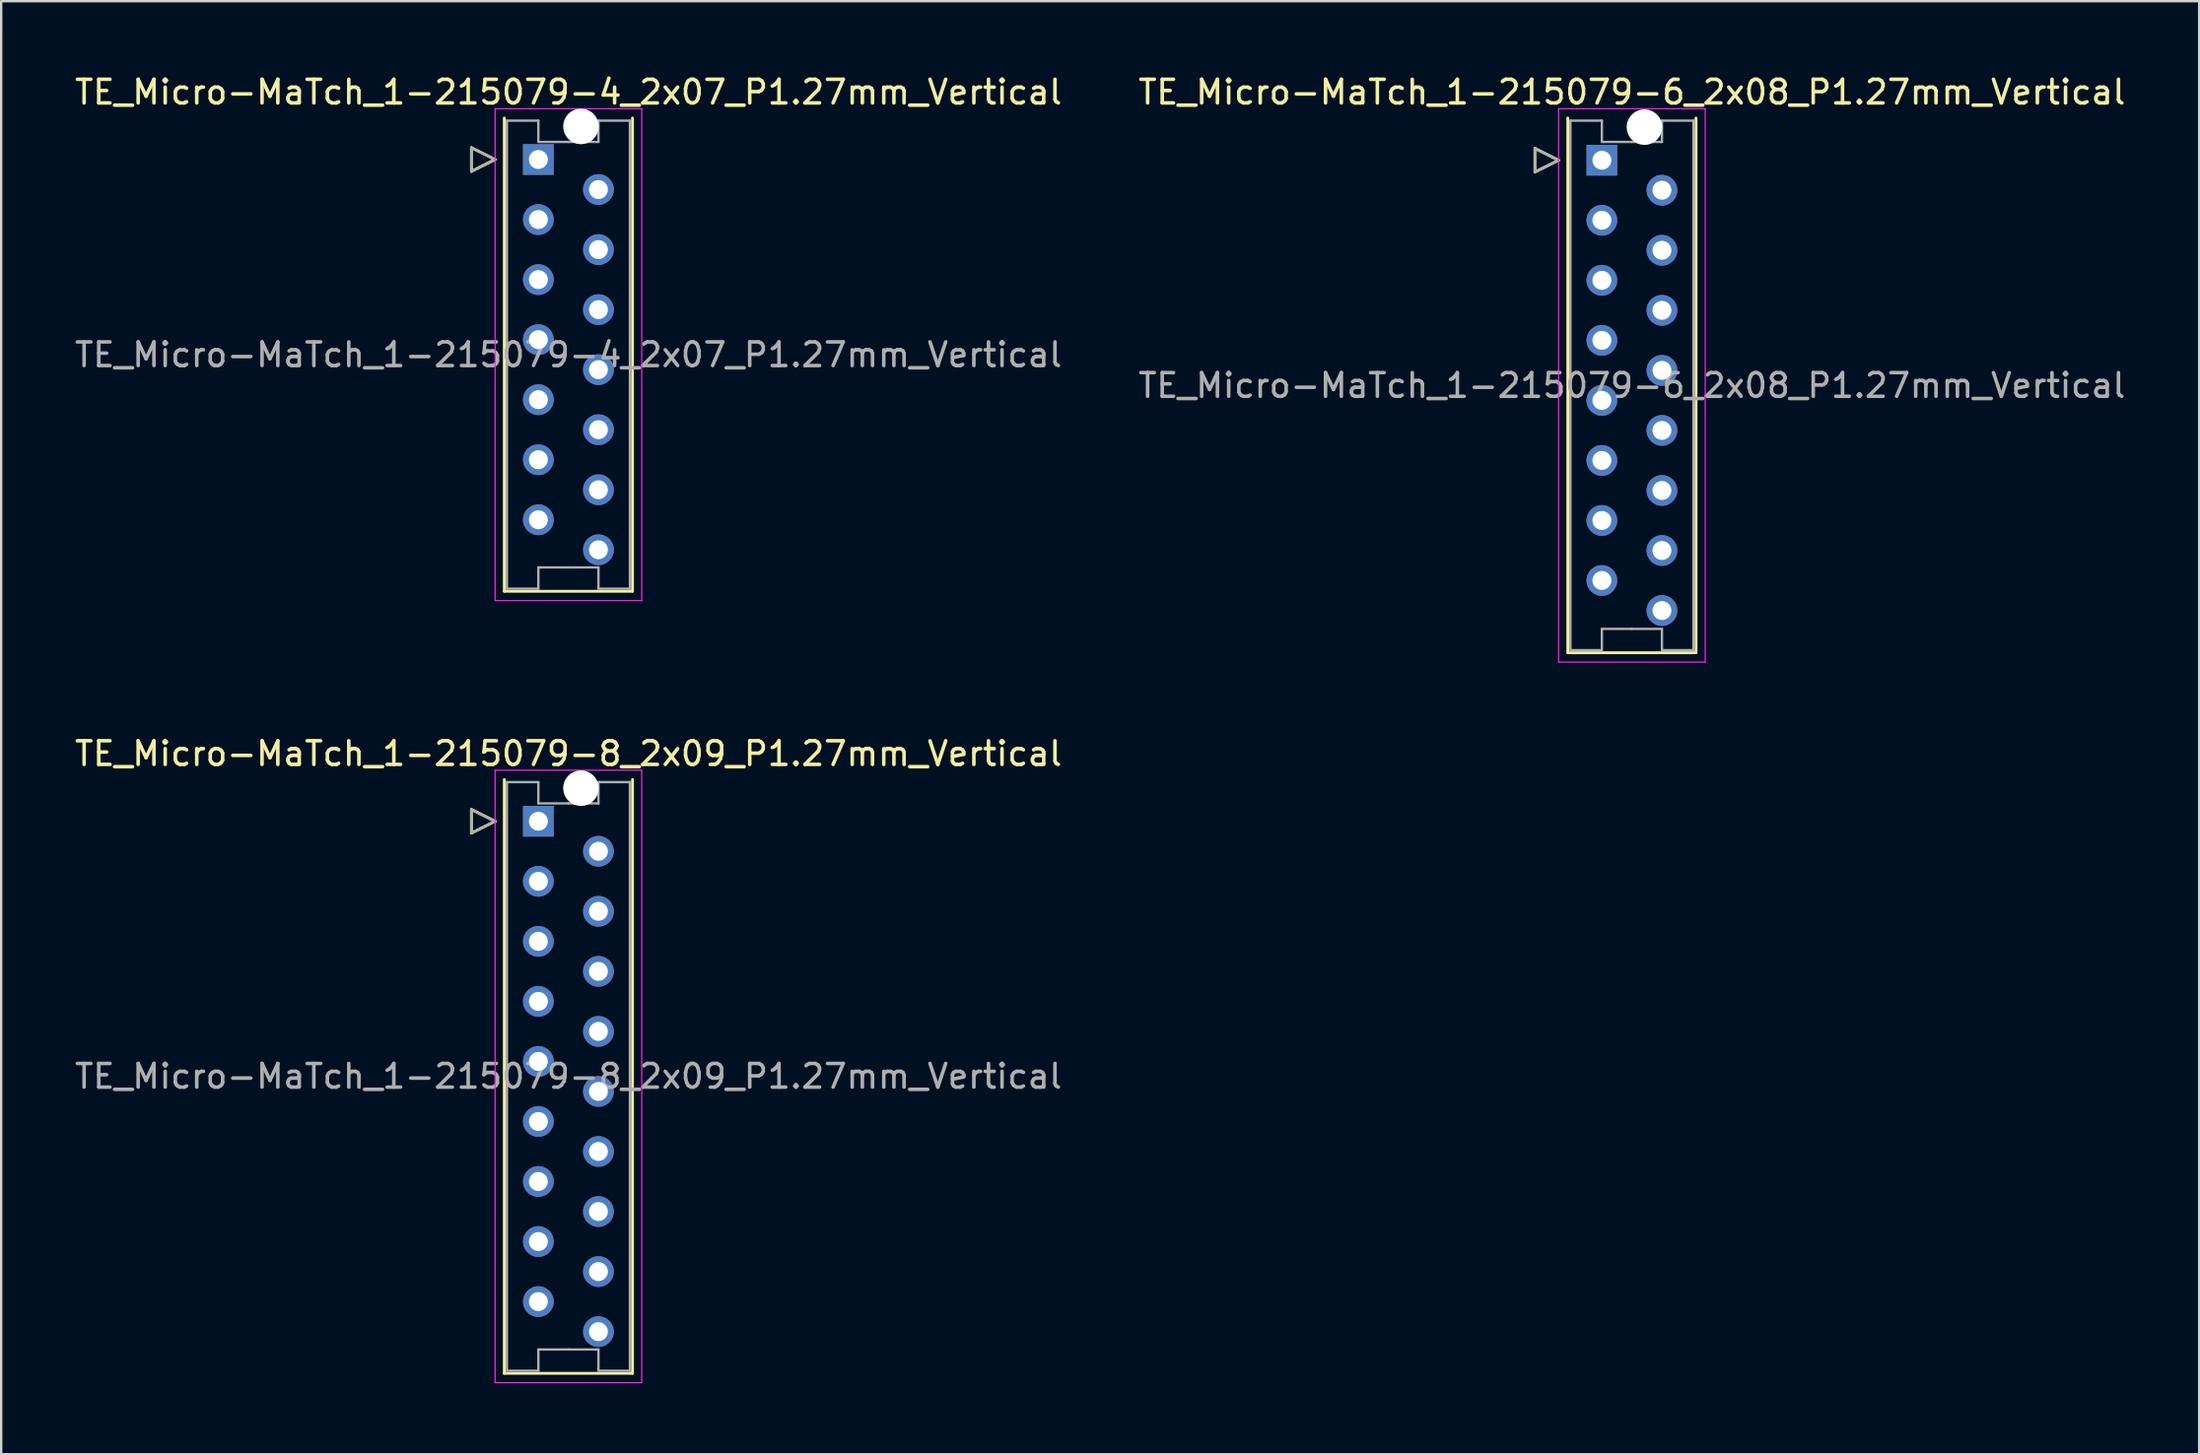
<source format=kicad_pcb>
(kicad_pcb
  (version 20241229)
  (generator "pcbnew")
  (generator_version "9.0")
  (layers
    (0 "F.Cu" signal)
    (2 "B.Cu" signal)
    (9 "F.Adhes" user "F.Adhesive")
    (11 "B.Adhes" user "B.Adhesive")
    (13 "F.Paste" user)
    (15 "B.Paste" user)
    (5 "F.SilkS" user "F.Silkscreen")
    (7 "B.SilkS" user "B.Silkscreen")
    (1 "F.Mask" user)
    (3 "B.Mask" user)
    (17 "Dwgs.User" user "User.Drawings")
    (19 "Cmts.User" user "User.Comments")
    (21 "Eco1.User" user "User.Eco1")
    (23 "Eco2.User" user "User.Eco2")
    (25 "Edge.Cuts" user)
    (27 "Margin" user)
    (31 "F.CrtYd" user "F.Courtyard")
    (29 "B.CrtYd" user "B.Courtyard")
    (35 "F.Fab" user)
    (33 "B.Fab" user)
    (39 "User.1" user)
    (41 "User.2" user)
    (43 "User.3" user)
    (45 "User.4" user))
  (footprint "TE_Micro-MaTch_1-215079-8_2x09_P1.27mm_Vertical"
    (layer "F.Cu")
    (at 19.712 31.692)
    (property "Reference" "TE_Micro-MaTch_1-215079-8_2x09_P1.27mm_Vertical" (at 1.27 -2.86 0) (layer "F.SilkS") (effects (font (size 1 1) (thickness 0.15))))
    (attr through_hole)
    (fp_line (start -2.83 -0.5) (end -1.83 0) (stroke (width 0.12) (type solid)) (layer "F.SilkS"))
    (fp_line (start -2.83 0.5) (end -2.83 -0.5) (stroke (width 0.12) (type solid)) (layer "F.SilkS"))
    (fp_line (start -1.83 0) (end -2.83 0.5) (stroke (width 0.12) (type solid)) (layer "F.SilkS"))
    (fp_line (start -1.44 -1.765) (end -1.44 23.355) (stroke (width 0.12) (type solid)) (layer "F.SilkS"))
    (fp_line (start -1.44 23.355) (end 3.98 23.355) (stroke (width 0.12) (type solid)) (layer "F.SilkS"))
    (fp_line (start 3.98 23.355) (end 3.98 -1.765) (stroke (width 0.12) (type solid)) (layer "F.SilkS"))
    (fp_line (start -1.83 -2.16) (end -1.83 23.75) (stroke (width 0.05) (type solid)) (layer "F.CrtYd"))
    (fp_line (start -1.83 23.75) (end 4.37 23.75) (stroke (width 0.05) (type solid)) (layer "F.CrtYd"))
    (fp_line (start 4.37 -2.16) (end -1.83 -2.16) (stroke (width 0.05) (type solid)) (layer "F.CrtYd"))
    (fp_line (start 4.37 23.75) (end 4.37 -2.16) (stroke (width 0.05) (type solid)) (layer "F.CrtYd"))
    (fp_line (start -2.83 -0.5) (end -1.83 0) (stroke (width 0.1) (type solid)) (layer "F.Fab"))
    (fp_line (start -2.83 0.5) (end -2.83 -0.5) (stroke (width 0.1) (type solid)) (layer "F.Fab"))
    (fp_line (start -1.83 0) (end -2.83 0.5) (stroke (width 0.1) (type solid)) (layer "F.Fab"))
    (fp_line (start -1.33 -1.655) (end -1.33 10.795) (stroke (width 0.1) (type solid)) (layer "F.Fab"))
    (fp_line (start -1.33 23.245) (end -1.33 10.795) (stroke (width 0.1) (type solid)) (layer "F.Fab"))
    (fp_line (start 0 -1.655) (end -1.33 -1.655) (stroke (width 0.1) (type solid)) (layer "F.Fab"))
    (fp_line (start 0 -0.755) (end 0 -1.655) (stroke (width 0.1) (type solid)) (layer "F.Fab"))
    (fp_line (start 0 22.345) (end 0 23.245) (stroke (width 0.1) (type solid)) (layer "F.Fab"))
    (fp_line (start 0 23.245) (end -1.33 23.245) (stroke (width 0.1) (type solid)) (layer "F.Fab"))
    (fp_line (start 1.27 -0.755) (end 0 -0.755) (stroke (width 0.1) (type solid)) (layer "F.Fab"))
    (fp_line (start 1.27 -0.755) (end 2.54 -0.755) (stroke (width 0.1) (type solid)) (layer "F.Fab"))
    (fp_line (start 1.27 22.345) (end 0 22.345) (stroke (width 0.1) (type solid)) (layer "F.Fab"))
    (fp_line (start 1.27 22.345) (end 2.54 22.345) (stroke (width 0.1) (type solid)) (layer "F.Fab"))
    (fp_line (start 2.54 -1.655) (end 3.87 -1.655) (stroke (width 0.1) (type solid)) (layer "F.Fab"))
    (fp_line (start 2.54 -0.755) (end 2.54 -1.655) (stroke (width 0.1) (type solid)) (layer "F.Fab"))
    (fp_line (start 2.54 22.345) (end 2.54 23.245) (stroke (width 0.1) (type solid)) (layer "F.Fab"))
    (fp_line (start 2.54 23.245) (end 3.87 23.245) (stroke (width 0.1) (type solid)) (layer "F.Fab"))
    (fp_line (start 3.87 -1.655) (end 3.87 10.795) (stroke (width 0.1) (type solid)) (layer "F.Fab"))
    (fp_line (start 3.87 23.245) (end 3.87 10.795) (stroke (width 0.1) (type solid)) (layer "F.Fab"))
    (fp_text user "${REFERENCE}" (at 1.27 10.79 0) (layer "F.Fab") (effects (font (size 1 1) (thickness 0.15))))
    (pad "" np_thru_hole circle (at 1.8 -1.4) (size 1.5 1.5) (drill 1.5) (layers "*.Cu" "*.Mask"))
    (pad "1" thru_hole rect (at 0 0) (size 1.3 1.3) (drill 0.8) (layers "*.Cu" "*.Mask"))
    (pad "2" thru_hole circle (at 2.54 1.27) (size 1.3 1.3) (drill 0.8) (layers "*.Cu" "*.Mask"))
    (pad "3" thru_hole circle (at 0 2.54) (size 1.3 1.3) (drill 0.8) (layers "*.Cu" "*.Mask"))
    (pad "4" thru_hole circle (at 2.54 3.81) (size 1.3 1.3) (drill 0.8) (layers "*.Cu" "*.Mask"))
    (pad "5" thru_hole circle (at 0 5.08) (size 1.3 1.3) (drill 0.8) (layers "*.Cu" "*.Mask"))
    (pad "6" thru_hole circle (at 2.54 6.35) (size 1.3 1.3) (drill 0.8) (layers "*.Cu" "*.Mask"))
    (pad "7" thru_hole circle (at 0 7.62) (size 1.3 1.3) (drill 0.8) (layers "*.Cu" "*.Mask"))
    (pad "8" thru_hole circle (at 2.54 8.89) (size 1.3 1.3) (drill 0.8) (layers "*.Cu" "*.Mask"))
    (pad "9" thru_hole circle (at 0 10.16) (size 1.3 1.3) (drill 0.8) (layers "*.Cu" "*.Mask"))
    (pad "10" thru_hole circle (at 2.54 11.43) (size 1.3 1.3) (drill 0.8) (layers "*.Cu" "*.Mask"))
    (pad "11" thru_hole circle (at 0 12.7) (size 1.3 1.3) (drill 0.8) (layers "*.Cu" "*.Mask"))
    (pad "12" thru_hole circle (at 2.54 13.97) (size 1.3 1.3) (drill 0.8) (layers "*.Cu" "*.Mask"))
    (pad "13" thru_hole circle (at 0 15.24) (size 1.3 1.3) (drill 0.8) (layers "*.Cu" "*.Mask"))
    (pad "14" thru_hole circle (at 2.54 16.51) (size 1.3 1.3) (drill 0.8) (layers "*.Cu" "*.Mask"))
    (pad "15" thru_hole circle (at 0 17.78) (size 1.3 1.3) (drill 0.8) (layers "*.Cu" "*.Mask"))
    (pad "16" thru_hole circle (at 2.54 19.05) (size 1.3 1.3) (drill 0.8) (layers "*.Cu" "*.Mask"))
    (pad "17" thru_hole circle (at 0 20.32) (size 1.3 1.3) (drill 0.8) (layers "*.Cu" "*.Mask"))
    (pad "18" thru_hole circle (at 2.54 21.59) (size 1.3 1.3) (drill 0.8) (layers "*.Cu" "*.Mask")))
  (footprint "TE_Micro-MaTch_1-215079-4_2x07_P1.27mm_Vertical"
    (layer "F.Cu")
    (at 19.712 3.698)
    (property "Reference" "TE_Micro-MaTch_1-215079-4_2x07_P1.27mm_Vertical" (at 1.27 -2.85 0) (layer "F.SilkS") (effects (font (size 1 1) (thickness 0.15))))
    (attr through_hole)
    (fp_line (start -2.83 -0.5) (end -1.83 0) (stroke (width 0.12) (type solid)) (layer "F.SilkS"))
    (fp_line (start -2.83 0.5) (end -2.83 -0.5) (stroke (width 0.12) (type solid)) (layer "F.SilkS"))
    (fp_line (start -1.83 0) (end -2.83 0.5) (stroke (width 0.12) (type solid)) (layer "F.SilkS"))
    (fp_line (start -1.44 -1.755) (end -1.44 18.265) (stroke (width 0.12) (type solid)) (layer "F.SilkS"))
    (fp_line (start -1.44 18.265) (end 3.98 18.265) (stroke (width 0.12) (type solid)) (layer "F.SilkS"))
    (fp_line (start 3.98 18.265) (end 3.98 -1.755) (stroke (width 0.12) (type solid)) (layer "F.SilkS"))
    (fp_line (start -1.83 -2.15) (end -1.83 18.66) (stroke (width 0.05) (type solid)) (layer "F.CrtYd"))
    (fp_line (start -1.83 18.66) (end 4.37 18.66) (stroke (width 0.05) (type solid)) (layer "F.CrtYd"))
    (fp_line (start 4.37 -2.15) (end -1.83 -2.15) (stroke (width 0.05) (type solid)) (layer "F.CrtYd"))
    (fp_line (start 4.37 18.66) (end 4.37 -2.15) (stroke (width 0.05) (type solid)) (layer "F.CrtYd"))
    (fp_line (start -2.83 -0.5) (end -1.83 0) (stroke (width 0.1) (type solid)) (layer "F.Fab"))
    (fp_line (start -2.83 0.5) (end -2.83 -0.5) (stroke (width 0.1) (type solid)) (layer "F.Fab"))
    (fp_line (start -1.83 0) (end -2.83 0.5) (stroke (width 0.1) (type solid)) (layer "F.Fab"))
    (fp_line (start -1.33 -1.645) (end -1.33 8.255) (stroke (width 0.1) (type solid)) (layer "F.Fab"))
    (fp_line (start -1.33 18.155) (end -1.33 8.255) (stroke (width 0.1) (type solid)) (layer "F.Fab"))
    (fp_line (start 0 -1.645) (end -1.33 -1.645) (stroke (width 0.1) (type solid)) (layer "F.Fab"))
    (fp_line (start 0 -0.745) (end 0 -1.645) (stroke (width 0.1) (type solid)) (layer "F.Fab"))
    (fp_line (start 0 17.255) (end 0 18.155) (stroke (width 0.1) (type solid)) (layer "F.Fab"))
    (fp_line (start 0 18.155) (end -1.33 18.155) (stroke (width 0.1) (type solid)) (layer "F.Fab"))
    (fp_line (start 1.27 -0.745) (end 0 -0.745) (stroke (width 0.1) (type solid)) (layer "F.Fab"))
    (fp_line (start 1.27 -0.745) (end 2.54 -0.745) (stroke (width 0.1) (type solid)) (layer "F.Fab"))
    (fp_line (start 1.27 17.255) (end 0 17.255) (stroke (width 0.1) (type solid)) (layer "F.Fab"))
    (fp_line (start 1.27 17.255) (end 2.54 17.255) (stroke (width 0.1) (type solid)) (layer "F.Fab"))
    (fp_line (start 2.54 -1.645) (end 3.87 -1.645) (stroke (width 0.1) (type solid)) (layer "F.Fab"))
    (fp_line (start 2.54 -0.745) (end 2.54 -1.645) (stroke (width 0.1) (type solid)) (layer "F.Fab"))
    (fp_line (start 2.54 17.255) (end 2.54 18.155) (stroke (width 0.1) (type solid)) (layer "F.Fab"))
    (fp_line (start 2.54 18.155) (end 3.87 18.155) (stroke (width 0.1) (type solid)) (layer "F.Fab"))
    (fp_line (start 3.87 -1.645) (end 3.87 8.255) (stroke (width 0.1) (type solid)) (layer "F.Fab"))
    (fp_line (start 3.87 18.155) (end 3.87 8.255) (stroke (width 0.1) (type solid)) (layer "F.Fab"))
    (fp_text user "${REFERENCE}" (at 1.27 8.26 0) (layer "F.Fab") (effects (font (size 1 1) (thickness 0.15))))
    (pad "" np_thru_hole circle (at 1.8 -1.4) (size 1.5 1.5) (drill 1.5) (layers "*.Cu" "*.Mask"))
    (pad "1" thru_hole rect (at 0 0) (size 1.3 1.3) (drill 0.8) (layers "*.Cu" "*.Mask"))
    (pad "2" thru_hole circle (at 2.54 1.27) (size 1.3 1.3) (drill 0.8) (layers "*.Cu" "*.Mask"))
    (pad "3" thru_hole circle (at 0 2.54) (size 1.3 1.3) (drill 0.8) (layers "*.Cu" "*.Mask"))
    (pad "4" thru_hole circle (at 2.54 3.81) (size 1.3 1.3) (drill 0.8) (layers "*.Cu" "*.Mask"))
    (pad "5" thru_hole circle (at 0 5.08) (size 1.3 1.3) (drill 0.8) (layers "*.Cu" "*.Mask"))
    (pad "6" thru_hole circle (at 2.54 6.35) (size 1.3 1.3) (drill 0.8) (layers "*.Cu" "*.Mask"))
    (pad "7" thru_hole circle (at 0 7.62) (size 1.3 1.3) (drill 0.8) (layers "*.Cu" "*.Mask"))
    (pad "8" thru_hole circle (at 2.54 8.89) (size 1.3 1.3) (drill 0.8) (layers "*.Cu" "*.Mask"))
    (pad "9" thru_hole circle (at 0 10.16) (size 1.3 1.3) (drill 0.8) (layers "*.Cu" "*.Mask"))
    (pad "10" thru_hole circle (at 2.54 11.43) (size 1.3 1.3) (drill 0.8) (layers "*.Cu" "*.Mask"))
    (pad "11" thru_hole circle (at 0 12.7) (size 1.3 1.3) (drill 0.8) (layers "*.Cu" "*.Mask"))
    (pad "12" thru_hole circle (at 2.54 13.97) (size 1.3 1.3) (drill 0.8) (layers "*.Cu" "*.Mask"))
    (pad "13" thru_hole circle (at 0 15.24) (size 1.3 1.3) (drill 0.8) (layers "*.Cu" "*.Mask"))
    (pad "14" thru_hole circle (at 2.54 16.51) (size 1.3 1.3) (drill 0.8) (layers "*.Cu" "*.Mask")))
  (footprint "TE_Micro-MaTch_1-215079-6_2x08_P1.27mm_Vertical"
    (layer "F.Cu")
    (at 64.676 3.728)
    (property "Reference" "TE_Micro-MaTch_1-215079-6_2x08_P1.27mm_Vertical" (at 1.27 -2.88 0) (layer "F.SilkS") (effects (font (size 1 1) (thickness 0.15))))
    (attr through_hole)
    (fp_line (start -2.83 -0.5) (end -1.83 0) (stroke (width 0.12) (type solid)) (layer "F.SilkS"))
    (fp_line (start -2.83 0.5) (end -2.83 -0.5) (stroke (width 0.12) (type solid)) (layer "F.SilkS"))
    (fp_line (start -1.83 0) (end -2.83 0.5) (stroke (width 0.12) (type solid)) (layer "F.SilkS"))
    (fp_line (start -1.44 -1.785) (end -1.44 20.835) (stroke (width 0.12) (type solid)) (layer "F.SilkS"))
    (fp_line (start -1.44 20.835) (end 3.98 20.835) (stroke (width 0.12) (type solid)) (layer "F.SilkS"))
    (fp_line (start 3.98 20.835) (end 3.98 -1.785) (stroke (width 0.12) (type solid)) (layer "F.SilkS"))
    (fp_line (start -1.83 -2.18) (end -1.83 21.23) (stroke (width 0.05) (type solid)) (layer "F.CrtYd"))
    (fp_line (start -1.83 21.23) (end 4.37 21.23) (stroke (width 0.05) (type solid)) (layer "F.CrtYd"))
    (fp_line (start 4.37 -2.18) (end -1.83 -2.18) (stroke (width 0.05) (type solid)) (layer "F.CrtYd"))
    (fp_line (start 4.37 21.23) (end 4.37 -2.18) (stroke (width 0.05) (type solid)) (layer "F.CrtYd"))
    (fp_line (start -2.83 -0.5) (end -1.83 0) (stroke (width 0.1) (type solid)) (layer "F.Fab"))
    (fp_line (start -2.83 0.5) (end -2.83 -0.5) (stroke (width 0.1) (type solid)) (layer "F.Fab"))
    (fp_line (start -1.83 0) (end -2.83 0.5) (stroke (width 0.1) (type solid)) (layer "F.Fab"))
    (fp_line (start -1.33 -1.675) (end -1.33 9.525) (stroke (width 0.1) (type solid)) (layer "F.Fab"))
    (fp_line (start -1.33 20.725) (end -1.33 9.525) (stroke (width 0.1) (type solid)) (layer "F.Fab"))
    (fp_line (start 0 -1.675) (end -1.33 -1.675) (stroke (width 0.1) (type solid)) (layer "F.Fab"))
    (fp_line (start 0 -0.775) (end 0 -1.675) (stroke (width 0.1) (type solid)) (layer "F.Fab"))
    (fp_line (start 0 19.825) (end 0 20.725) (stroke (width 0.1) (type solid)) (layer "F.Fab"))
    (fp_line (start 0 20.725) (end -1.33 20.725) (stroke (width 0.1) (type solid)) (layer "F.Fab"))
    (fp_line (start 1.27 -0.775) (end 0 -0.775) (stroke (width 0.1) (type solid)) (layer "F.Fab"))
    (fp_line (start 1.27 -0.775) (end 2.54 -0.775) (stroke (width 0.1) (type solid)) (layer "F.Fab"))
    (fp_line (start 1.27 19.825) (end 0 19.825) (stroke (width 0.1) (type solid)) (layer "F.Fab"))
    (fp_line (start 1.27 19.825) (end 2.54 19.825) (stroke (width 0.1) (type solid)) (layer "F.Fab"))
    (fp_line (start 2.54 -1.675) (end 3.87 -1.675) (stroke (width 0.1) (type solid)) (layer "F.Fab"))
    (fp_line (start 2.54 -0.775) (end 2.54 -1.675) (stroke (width 0.1) (type solid)) (layer "F.Fab"))
    (fp_line (start 2.54 19.825) (end 2.54 20.725) (stroke (width 0.1) (type solid)) (layer "F.Fab"))
    (fp_line (start 2.54 20.725) (end 3.87 20.725) (stroke (width 0.1) (type solid)) (layer "F.Fab"))
    (fp_line (start 3.87 -1.675) (end 3.87 9.525) (stroke (width 0.1) (type solid)) (layer "F.Fab"))
    (fp_line (start 3.87 20.725) (end 3.87 9.525) (stroke (width 0.1) (type solid)) (layer "F.Fab"))
    (fp_text user "${REFERENCE}" (at 1.27 9.53 0) (layer "F.Fab") (effects (font (size 1 1) (thickness 0.15))))
    (pad "" np_thru_hole circle (at 1.8 -1.4) (size 1.5 1.5) (drill 1.5) (layers "*.Cu" "*.Mask"))
    (pad "1" thru_hole rect (at 0 0) (size 1.3 1.3) (drill 0.8) (layers "*.Cu" "*.Mask"))
    (pad "2" thru_hole circle (at 2.54 1.27) (size 1.3 1.3) (drill 0.8) (layers "*.Cu" "*.Mask"))
    (pad "3" thru_hole circle (at 0 2.54) (size 1.3 1.3) (drill 0.8) (layers "*.Cu" "*.Mask"))
    (pad "4" thru_hole circle (at 2.54 3.81) (size 1.3 1.3) (drill 0.8) (layers "*.Cu" "*.Mask"))
    (pad "5" thru_hole circle (at 0 5.08) (size 1.3 1.3) (drill 0.8) (layers "*.Cu" "*.Mask"))
    (pad "6" thru_hole circle (at 2.54 6.35) (size 1.3 1.3) (drill 0.8) (layers "*.Cu" "*.Mask"))
    (pad "7" thru_hole circle (at 0 7.62) (size 1.3 1.3) (drill 0.8) (layers "*.Cu" "*.Mask"))
    (pad "8" thru_hole circle (at 2.54 8.89) (size 1.3 1.3) (drill 0.8) (layers "*.Cu" "*.Mask"))
    (pad "9" thru_hole circle (at 0 10.16) (size 1.3 1.3) (drill 0.8) (layers "*.Cu" "*.Mask"))
    (pad "10" thru_hole circle (at 2.54 11.43) (size 1.3 1.3) (drill 0.8) (layers "*.Cu" "*.Mask"))
    (pad "11" thru_hole circle (at 0 12.7) (size 1.3 1.3) (drill 0.8) (layers "*.Cu" "*.Mask"))
    (pad "12" thru_hole circle (at 2.54 13.97) (size 1.3 1.3) (drill 0.8) (layers "*.Cu" "*.Mask"))
    (pad "13" thru_hole circle (at 0 15.24) (size 1.3 1.3) (drill 0.8) (layers "*.Cu" "*.Mask"))
    (pad "14" thru_hole circle (at 2.54 16.51) (size 1.3 1.3) (drill 0.8) (layers "*.Cu" "*.Mask"))
    (pad "15" thru_hole circle (at 0 17.78) (size 1.3 1.3) (drill 0.8) (layers "*.Cu" "*.Mask"))
    (pad "16" thru_hole circle (at 2.54 19.05) (size 1.3 1.3) (drill 0.8) (layers "*.Cu" "*.Mask")))
  (gr_rect
    (start -3 -3)
    (end 89.929 58.467)
    (stroke (width 0.1) (type default))
    (fill no)
    (layer "Edge.Cuts")))
</source>
